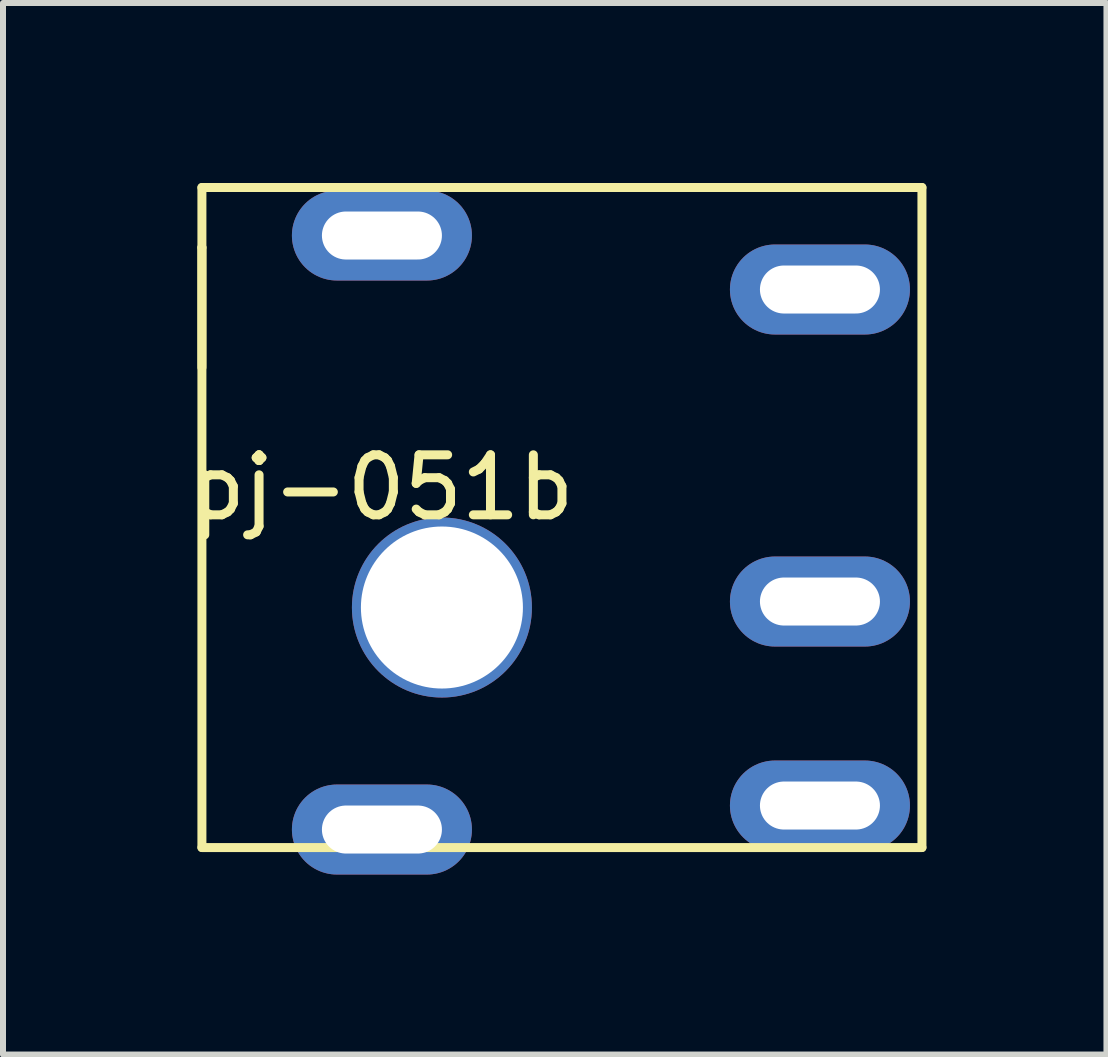
<source format=kicad_pcb>
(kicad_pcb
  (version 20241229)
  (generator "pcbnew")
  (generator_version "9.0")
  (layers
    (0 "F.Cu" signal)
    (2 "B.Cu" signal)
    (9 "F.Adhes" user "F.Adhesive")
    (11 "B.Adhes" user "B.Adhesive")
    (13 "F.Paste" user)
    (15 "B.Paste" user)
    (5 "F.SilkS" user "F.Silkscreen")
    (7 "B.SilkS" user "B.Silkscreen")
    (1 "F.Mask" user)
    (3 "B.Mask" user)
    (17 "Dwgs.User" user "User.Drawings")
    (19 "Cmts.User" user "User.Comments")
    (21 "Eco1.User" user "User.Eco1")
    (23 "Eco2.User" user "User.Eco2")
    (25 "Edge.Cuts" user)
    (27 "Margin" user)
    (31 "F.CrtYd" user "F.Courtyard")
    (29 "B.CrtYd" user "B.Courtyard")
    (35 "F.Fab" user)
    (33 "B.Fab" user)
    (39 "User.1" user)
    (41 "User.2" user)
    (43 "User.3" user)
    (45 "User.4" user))
  (footprint "pj-051b"
    (layer "F.Cu")
    (at 0.315 7.075)
    (property "Reference" "pj-051b" (at 3 -2 0) (layer "F.SilkS") (effects (font (size 1 1) (thickness 0.15))))
    (attr through_hole)
    (fp_line (start 0 -7) (end 0 -6) (stroke (width 0.15) (type solid)) (layer "F.SilkS"))
    (fp_line (start 0 -6) (end 0 4) (stroke (width 0.15) (type solid)) (layer "F.SilkS"))
    (fp_line (start 0 -4) (end 0 -6) (stroke (width 0.15) (type solid)) (layer "F.SilkS"))
    (fp_line (start 0 4) (end 12 4) (stroke (width 0.15) (type solid)) (layer "F.SilkS"))
    (fp_line (start 12 -7) (end 0 -7) (stroke (width 0.15) (type solid)) (layer "F.SilkS"))
    (fp_line (start 12 4) (end 12 -7) (stroke (width 0.15) (type solid)) (layer "F.SilkS"))
    (pad "" thru_hole oval (at 3 -6.2) (size 3 1.5) (drill oval 2 0.8) (layers "*.Cu" "*.Mask"))
    (pad "" thru_hole oval (at 3 3.7) (size 3 1.5) (drill oval 2 0.8) (layers "*.Cu" "*.Mask"))
    (pad "" thru_hole circle (at 4 0) (size 3 3) (drill oval 2.7) (layers "*.Cu" "*.Mask"))
    (pad "1" thru_hole oval (at 10.3 3.3) (size 3 1.5) (drill oval 2 0.8) (layers "*.Cu" "*.Mask"))
    (pad "2" thru_hole oval (at 10.3 -5.3) (size 3 1.5) (drill oval 2 0.8) (layers "*.Cu" "*.Mask"))
    (pad "3" thru_hole oval (at 10.3 -0.1) (size 3 1.5) (drill oval 2 0.8) (layers "*.Cu" "*.Mask")))
  (gr_rect
    (start -3 -3)
    (end 15.39 14.525)
    (stroke (width 0.1) (type default))
    (fill no)
    (layer "Edge.Cuts")))
</source>
